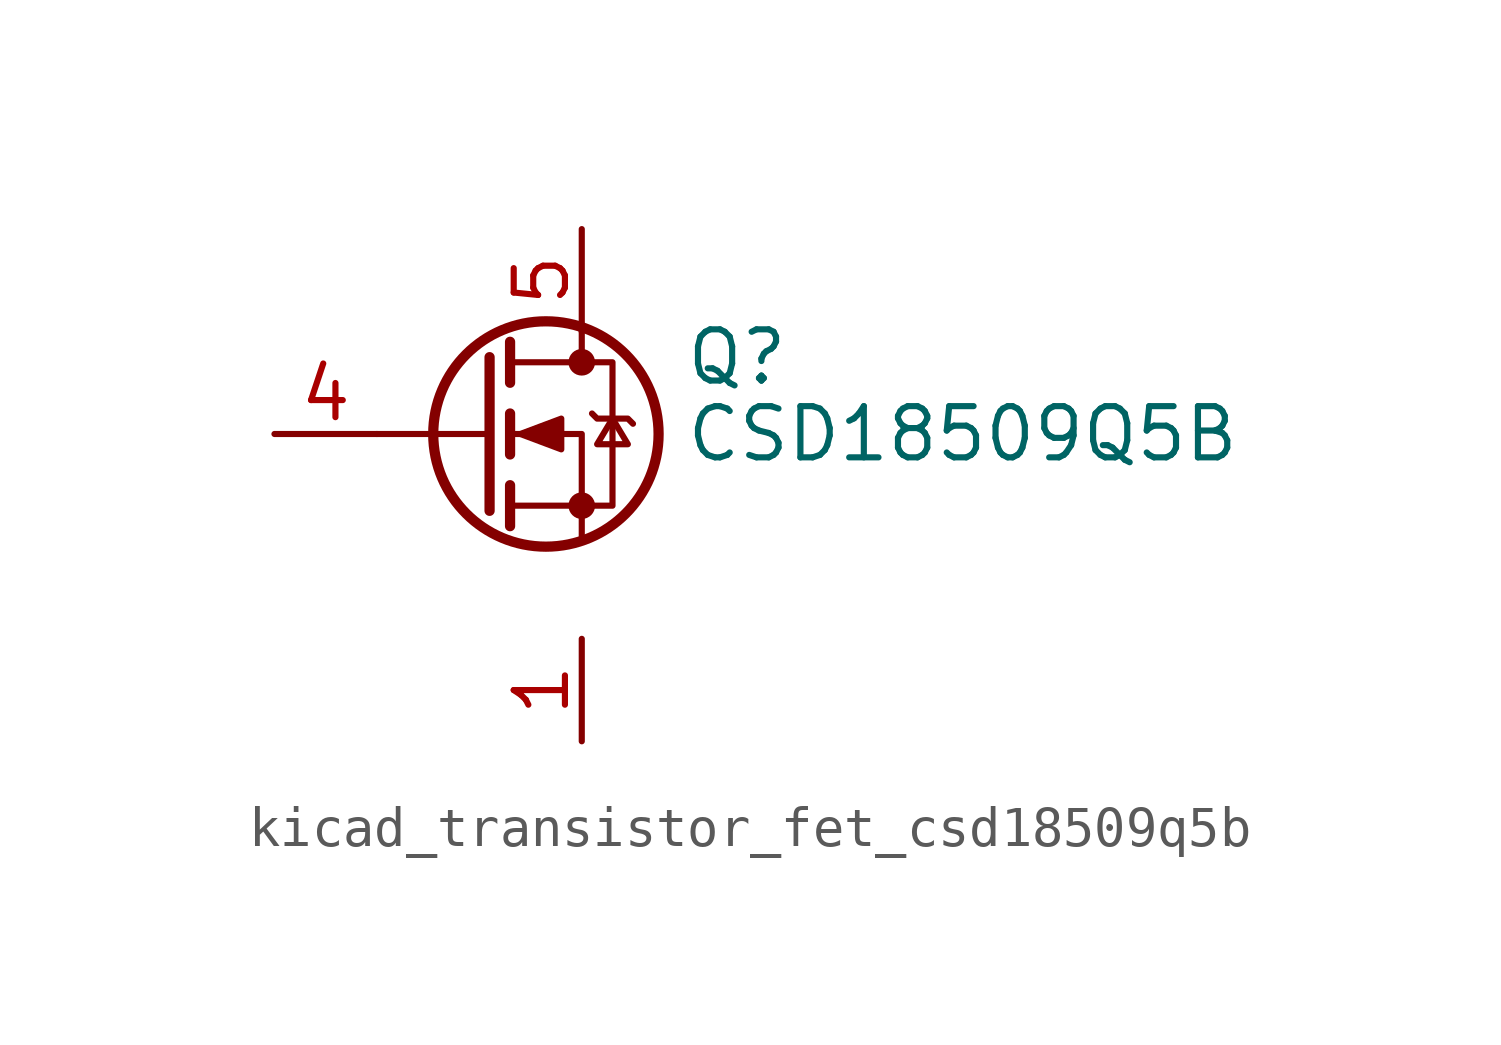
<source format=kicad_sym>
(kicad_symbol_lib
  (version 20220914)
  (generator kicad_symbol_editor)
  (symbol "kicad_transistor_fet_csd18509q5b"
    (pin_names hide)
    (property "Reference" "Q"
      (at 5.08 1.905 0)
      (effects (font (size 1.27 1.27)) (justify left)))
    (property "Value" "CSD18509Q5B"
      (at 5.08 0 0)
      (effects (font (size 1.27 1.27)) (justify left)))
    (symbol "kicad_transistor_fet_csd18509q5b_0_1"
      (polyline (pts (xy 0.254 0) (xy -2.54 0)) (stroke (width 0) (type default)) (fill (type none)))
      (polyline (pts (xy 0.254 1.905) (xy 0.254 -1.905)) (stroke (width 0.254) (type default)) (fill (type none)))
      (polyline (pts (xy 0.762 -1.27) (xy 0.762 -2.286)) (stroke (width 0.254) (type default)) (fill (type none)))
      (polyline (pts (xy 0.762 0.508) (xy 0.762 -0.508)) (stroke (width 0.254) (type default)) (fill (type none)))
      (polyline (pts (xy 0.762 2.286) (xy 0.762 1.27)) (stroke (width 0.254) (type default)) (fill (type none)))
      (polyline (pts (xy 2.54 2.54) (xy 2.54 1.778)) (stroke (width 0) (type default)) (fill (type none)))
      (polyline (pts (xy 2.54 -2.54) (xy 2.54 0) (xy 0.762 0)) (stroke (width 0) (type default)) (fill (type none)))
      (polyline (pts (xy 0.762 -1.778) (xy 3.302 -1.778) (xy 3.302 1.778) (xy 0.762 1.778)) (stroke (width 0) (type default)) (fill (type none)))
      (polyline (pts (xy 1.016 0) (xy 2.032 0.381) (xy 2.032 -0.381) (xy 1.016 0)) (stroke (width 0) (type default)) (fill (type outline)))
      (polyline (pts (xy 2.794 0.508) (xy 2.921 0.381) (xy 3.683 0.381) (xy 3.81 0.254)) (stroke (width 0) (type default)) (fill (type none)))
      (polyline (pts (xy 3.302 0.381) (xy 2.921 -0.254) (xy 3.683 -0.254) (xy 3.302 0.381)) (stroke (width 0) (type default)) (fill (type none)))
      (circle (center 1.651 0) (radius 2.794) (stroke (width 0.254) (type default)) (fill (type none)))
      (circle (center 2.54 -1.778) (radius 0.254) (stroke (width 0) (type default)) (fill (type outline)))
      (circle (center 2.54 1.778) (radius 0.254) (stroke (width 0) (type default)) (fill (type outline))))
    (symbol "kicad_transistor_fet_csd18509q5b_1_1"
      (pin passive line (at 2.54 -5.08 270) (length 2.54) (name "S" (effects (font (size 1.27 1.27)))) (number "1" (effects (font (size 1.27 1.27)))))
      (pin passive line (at 2.54 -5.08 270) (length 2.54) hide (name "S" (effects (font (size 1.27 1.27)))) (number "2" (effects (font (size 1.27 1.27)))))
      (pin passive line (at 2.54 -5.08 90) (length 2.54) hide (name "S" (effects (font (size 1.27 1.27)))) (number "3" (effects (font (size 1.27 1.27)))))
      (pin passive line (at -5.08 0 0) (length 2.54) (name "G" (effects (font (size 1.27 1.27)))) (number "4" (effects (font (size 1.27 1.27)))))
      (pin passive line (at 2.54 5.08 270) (length 2.54) (name "D" (effects (font (size 1.27 1.27)))) (number "5" (effects (font (size 1.27 1.27))))))))
</source>
